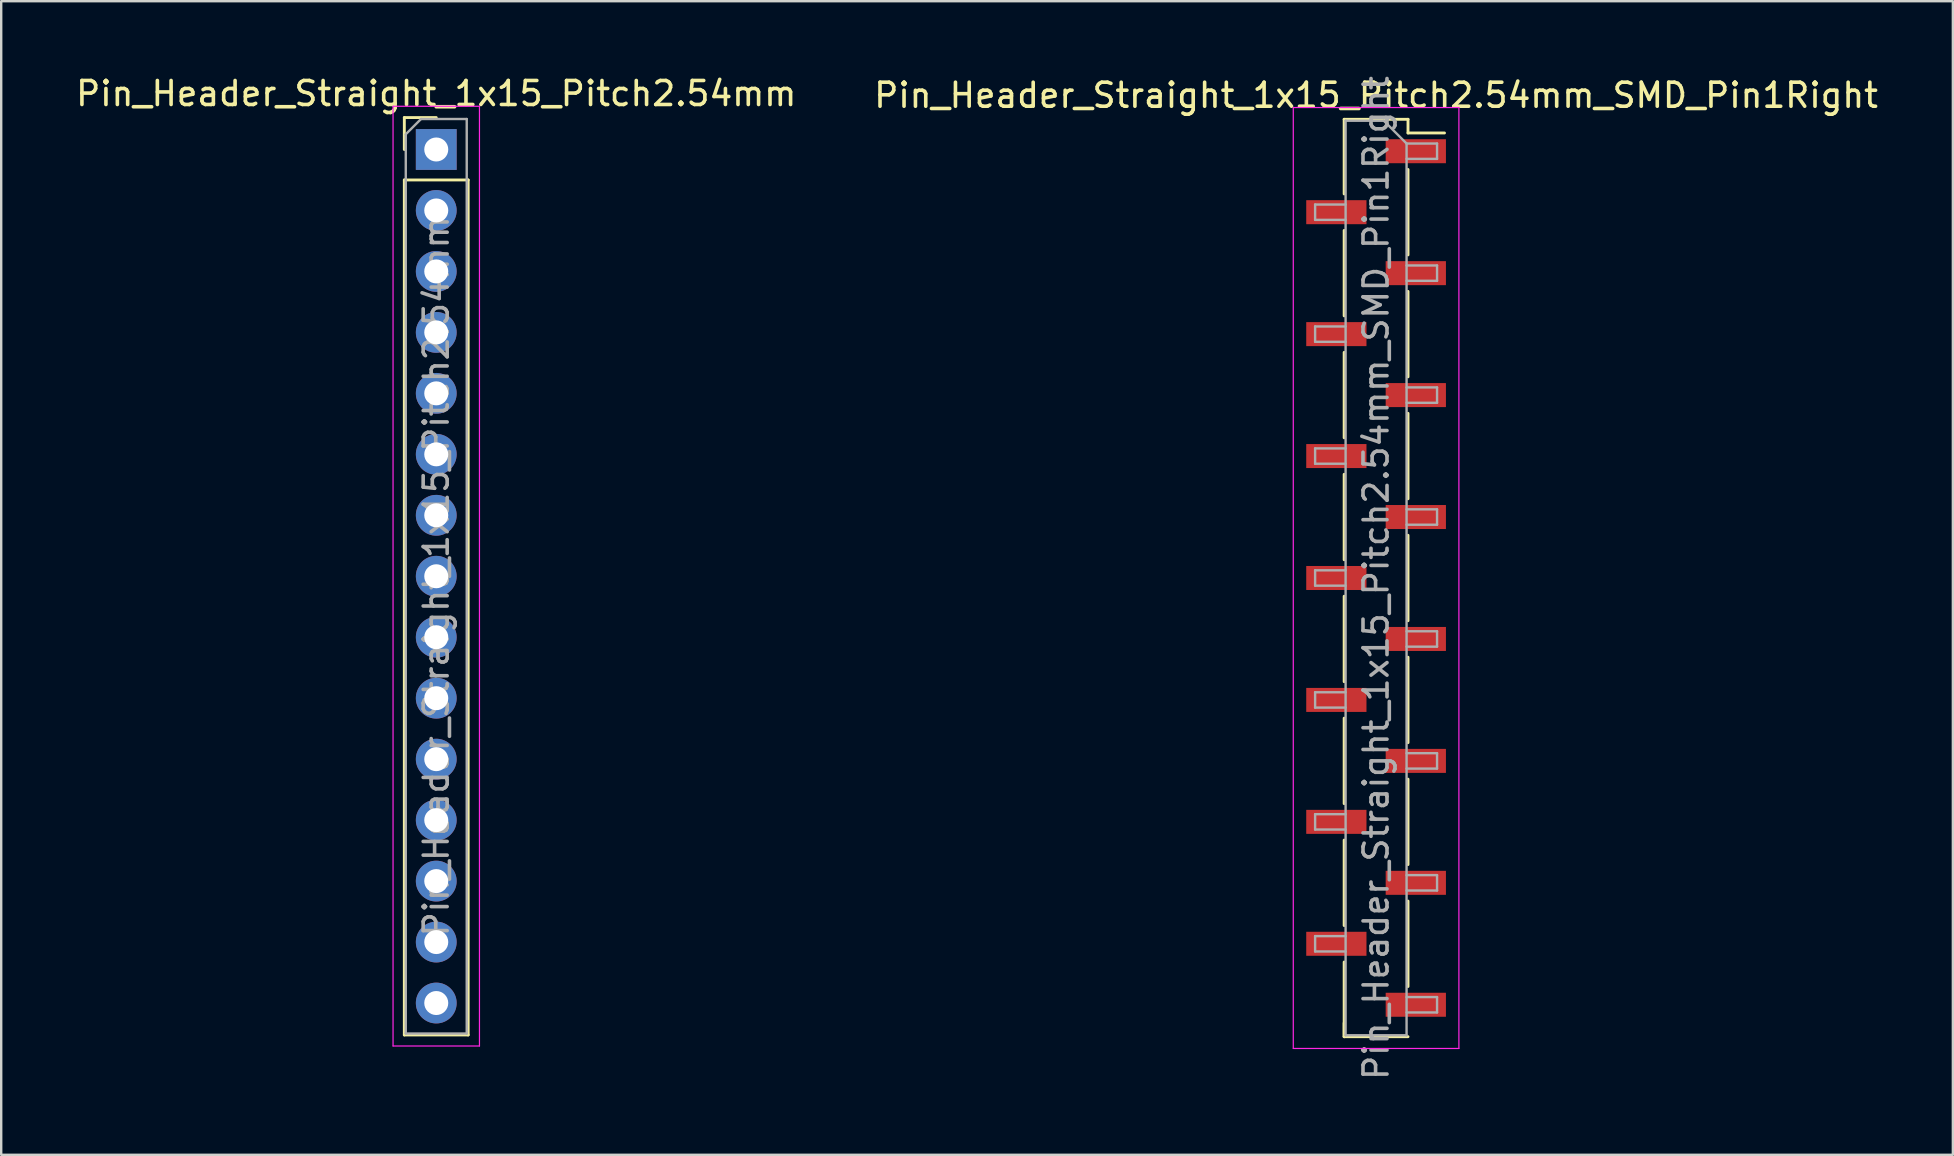
<source format=kicad_pcb>
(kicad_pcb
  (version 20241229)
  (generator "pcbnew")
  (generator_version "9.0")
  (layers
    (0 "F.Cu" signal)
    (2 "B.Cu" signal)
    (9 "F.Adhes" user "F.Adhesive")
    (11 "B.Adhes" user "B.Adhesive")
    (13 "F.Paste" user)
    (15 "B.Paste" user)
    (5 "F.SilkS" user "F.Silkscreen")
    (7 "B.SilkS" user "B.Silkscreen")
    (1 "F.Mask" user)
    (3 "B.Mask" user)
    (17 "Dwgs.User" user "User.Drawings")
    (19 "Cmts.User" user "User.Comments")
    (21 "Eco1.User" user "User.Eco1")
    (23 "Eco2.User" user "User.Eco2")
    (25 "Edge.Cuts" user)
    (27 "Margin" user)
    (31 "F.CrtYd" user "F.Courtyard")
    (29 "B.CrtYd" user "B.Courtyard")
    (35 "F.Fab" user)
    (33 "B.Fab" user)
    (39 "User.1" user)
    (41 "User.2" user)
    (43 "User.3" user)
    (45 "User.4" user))
  (footprint "Pin_Header_Straight_1x15_Pitch2.54mm_SMD_Pin1Right"
    (layer "F.Cu")
    (at 54.28 21.03)
    (property "Reference" "Pin_Header_Straight_1x15_Pitch2.54mm_SMD_Pin1Right" (at 0 -20.11 0) (layer "F.SilkS") (effects (font (size 1 1) (thickness 0.15))))
    (attr smd)
    (fp_line (start -1.33 -19.11) (end -1.33 -16) (stroke (width 0.12) (type solid)) (layer "F.SilkS"))
    (fp_line (start -1.33 -19.11) (end 1.33 -19.11) (stroke (width 0.12) (type solid)) (layer "F.SilkS"))
    (fp_line (start -1.33 -14.48) (end -1.33 -10.92) (stroke (width 0.12) (type solid)) (layer "F.SilkS"))
    (fp_line (start -1.33 -9.4) (end -1.33 -5.84) (stroke (width 0.12) (type solid)) (layer "F.SilkS"))
    (fp_line (start -1.33 -4.32) (end -1.33 -0.76) (stroke (width 0.12) (type solid)) (layer "F.SilkS"))
    (fp_line (start -1.33 0.76) (end -1.33 4.32) (stroke (width 0.12) (type solid)) (layer "F.SilkS"))
    (fp_line (start -1.33 5.84) (end -1.33 9.4) (stroke (width 0.12) (type solid)) (layer "F.SilkS"))
    (fp_line (start -1.33 10.92) (end -1.33 14.48) (stroke (width 0.12) (type solid)) (layer "F.SilkS"))
    (fp_line (start -1.33 16) (end -1.33 19.11) (stroke (width 0.12) (type solid)) (layer "F.SilkS"))
    (fp_line (start -1.33 18.54) (end -1.33 19.11) (stroke (width 0.12) (type solid)) (layer "F.SilkS"))
    (fp_line (start -1.33 19.11) (end 1.33 19.11) (stroke (width 0.12) (type solid)) (layer "F.SilkS"))
    (fp_line (start 1.33 -19.11) (end 1.33 -18.54) (stroke (width 0.12) (type solid)) (layer "F.SilkS"))
    (fp_line (start 1.33 -18.54) (end 2.85 -18.54) (stroke (width 0.12) (type solid)) (layer "F.SilkS"))
    (fp_line (start 1.33 -17.02) (end 1.33 -13.46) (stroke (width 0.12) (type solid)) (layer "F.SilkS"))
    (fp_line (start 1.33 -11.94) (end 1.33 -8.38) (stroke (width 0.12) (type solid)) (layer "F.SilkS"))
    (fp_line (start 1.33 -6.86) (end 1.33 -3.3) (stroke (width 0.12) (type solid)) (layer "F.SilkS"))
    (fp_line (start 1.33 -1.78) (end 1.33 1.78) (stroke (width 0.12) (type solid)) (layer "F.SilkS"))
    (fp_line (start 1.33 3.3) (end 1.33 6.86) (stroke (width 0.12) (type solid)) (layer "F.SilkS"))
    (fp_line (start 1.33 8.38) (end 1.33 11.94) (stroke (width 0.12) (type solid)) (layer "F.SilkS"))
    (fp_line (start 1.33 13.46) (end 1.33 17.02) (stroke (width 0.12) (type solid)) (layer "F.SilkS"))
    (fp_line (start -3.45 -19.6) (end -3.45 19.6) (stroke (width 0.05) (type solid)) (layer "F.CrtYd"))
    (fp_line (start -3.45 19.6) (end 3.45 19.6) (stroke (width 0.05) (type solid)) (layer "F.CrtYd"))
    (fp_line (start 3.45 -19.6) (end -3.45 -19.6) (stroke (width 0.05) (type solid)) (layer "F.CrtYd"))
    (fp_line (start 3.45 19.6) (end 3.45 -19.6) (stroke (width 0.05) (type solid)) (layer "F.CrtYd"))
    (fp_line (start -2.54 -15.56) (end -2.54 -14.92) (stroke (width 0.1) (type solid)) (layer "F.Fab"))
    (fp_line (start -2.54 -14.92) (end -1.27 -14.92) (stroke (width 0.1) (type solid)) (layer "F.Fab"))
    (fp_line (start -2.54 -10.48) (end -2.54 -9.84) (stroke (width 0.1) (type solid)) (layer "F.Fab"))
    (fp_line (start -2.54 -9.84) (end -1.27 -9.84) (stroke (width 0.1) (type solid)) (layer "F.Fab"))
    (fp_line (start -2.54 -5.4) (end -2.54 -4.76) (stroke (width 0.1) (type solid)) (layer "F.Fab"))
    (fp_line (start -2.54 -4.76) (end -1.27 -4.76) (stroke (width 0.1) (type solid)) (layer "F.Fab"))
    (fp_line (start -2.54 -0.32) (end -2.54 0.32) (stroke (width 0.1) (type solid)) (layer "F.Fab"))
    (fp_line (start -2.54 0.32) (end -1.27 0.32) (stroke (width 0.1) (type solid)) (layer "F.Fab"))
    (fp_line (start -2.54 4.76) (end -2.54 5.4) (stroke (width 0.1) (type solid)) (layer "F.Fab"))
    (fp_line (start -2.54 5.4) (end -1.27 5.4) (stroke (width 0.1) (type solid)) (layer "F.Fab"))
    (fp_line (start -2.54 9.84) (end -2.54 10.48) (stroke (width 0.1) (type solid)) (layer "F.Fab"))
    (fp_line (start -2.54 10.48) (end -1.27 10.48) (stroke (width 0.1) (type solid)) (layer "F.Fab"))
    (fp_line (start -2.54 14.92) (end -2.54 15.56) (stroke (width 0.1) (type solid)) (layer "F.Fab"))
    (fp_line (start -2.54 15.56) (end -1.27 15.56) (stroke (width 0.1) (type solid)) (layer "F.Fab"))
    (fp_line (start -1.27 -19.05) (end -1.27 19.05) (stroke (width 0.1) (type solid)) (layer "F.Fab"))
    (fp_line (start -1.27 -19.05) (end 0.32 -19.05) (stroke (width 0.1) (type solid)) (layer "F.Fab"))
    (fp_line (start -1.27 -15.56) (end -2.54 -15.56) (stroke (width 0.1) (type solid)) (layer "F.Fab"))
    (fp_line (start -1.27 -10.48) (end -2.54 -10.48) (stroke (width 0.1) (type solid)) (layer "F.Fab"))
    (fp_line (start -1.27 -5.4) (end -2.54 -5.4) (stroke (width 0.1) (type solid)) (layer "F.Fab"))
    (fp_line (start -1.27 -0.32) (end -2.54 -0.32) (stroke (width 0.1) (type solid)) (layer "F.Fab"))
    (fp_line (start -1.27 4.76) (end -2.54 4.76) (stroke (width 0.1) (type solid)) (layer "F.Fab"))
    (fp_line (start -1.27 9.84) (end -2.54 9.84) (stroke (width 0.1) (type solid)) (layer "F.Fab"))
    (fp_line (start -1.27 14.92) (end -2.54 14.92) (stroke (width 0.1) (type solid)) (layer "F.Fab"))
    (fp_line (start 1.27 -18.1) (end 0.32 -19.05) (stroke (width 0.1) (type solid)) (layer "F.Fab"))
    (fp_line (start 1.27 -18.1) (end 2.54 -18.1) (stroke (width 0.1) (type solid)) (layer "F.Fab"))
    (fp_line (start 1.27 -13.02) (end 2.54 -13.02) (stroke (width 0.1) (type solid)) (layer "F.Fab"))
    (fp_line (start 1.27 -7.94) (end 2.54 -7.94) (stroke (width 0.1) (type solid)) (layer "F.Fab"))
    (fp_line (start 1.27 -2.86) (end 2.54 -2.86) (stroke (width 0.1) (type solid)) (layer "F.Fab"))
    (fp_line (start 1.27 2.22) (end 2.54 2.22) (stroke (width 0.1) (type solid)) (layer "F.Fab"))
    (fp_line (start 1.27 7.3) (end 2.54 7.3) (stroke (width 0.1) (type solid)) (layer "F.Fab"))
    (fp_line (start 1.27 12.38) (end 2.54 12.38) (stroke (width 0.1) (type solid)) (layer "F.Fab"))
    (fp_line (start 1.27 17.46) (end 2.54 17.46) (stroke (width 0.1) (type solid)) (layer "F.Fab"))
    (fp_line (start 1.27 19.05) (end -1.27 19.05) (stroke (width 0.1) (type solid)) (layer "F.Fab"))
    (fp_line (start 1.27 19.05) (end 1.27 -18.1) (stroke (width 0.1) (type solid)) (layer "F.Fab"))
    (fp_line (start 2.54 -18.1) (end 2.54 -17.46) (stroke (width 0.1) (type solid)) (layer "F.Fab"))
    (fp_line (start 2.54 -17.46) (end 1.27 -17.46) (stroke (width 0.1) (type solid)) (layer "F.Fab"))
    (fp_line (start 2.54 -13.02) (end 2.54 -12.38) (stroke (width 0.1) (type solid)) (layer "F.Fab"))
    (fp_line (start 2.54 -12.38) (end 1.27 -12.38) (stroke (width 0.1) (type solid)) (layer "F.Fab"))
    (fp_line (start 2.54 -7.94) (end 2.54 -7.3) (stroke (width 0.1) (type solid)) (layer "F.Fab"))
    (fp_line (start 2.54 -7.3) (end 1.27 -7.3) (stroke (width 0.1) (type solid)) (layer "F.Fab"))
    (fp_line (start 2.54 -2.86) (end 2.54 -2.22) (stroke (width 0.1) (type solid)) (layer "F.Fab"))
    (fp_line (start 2.54 -2.22) (end 1.27 -2.22) (stroke (width 0.1) (type solid)) (layer "F.Fab"))
    (fp_line (start 2.54 2.22) (end 2.54 2.86) (stroke (width 0.1) (type solid)) (layer "F.Fab"))
    (fp_line (start 2.54 2.86) (end 1.27 2.86) (stroke (width 0.1) (type solid)) (layer "F.Fab"))
    (fp_line (start 2.54 7.3) (end 2.54 7.94) (stroke (width 0.1) (type solid)) (layer "F.Fab"))
    (fp_line (start 2.54 7.94) (end 1.27 7.94) (stroke (width 0.1) (type solid)) (layer "F.Fab"))
    (fp_line (start 2.54 12.38) (end 2.54 13.02) (stroke (width 0.1) (type solid)) (layer "F.Fab"))
    (fp_line (start 2.54 13.02) (end 1.27 13.02) (stroke (width 0.1) (type solid)) (layer "F.Fab"))
    (fp_line (start 2.54 17.46) (end 2.54 18.1) (stroke (width 0.1) (type solid)) (layer "F.Fab"))
    (fp_line (start 2.54 18.1) (end 1.27 18.1) (stroke (width 0.1) (type solid)) (layer "F.Fab"))
    (fp_text user "${REFERENCE}" (at 0 0 90) (layer "F.Fab") (effects (font (size 1 1) (thickness 0.15))))
    (pad "1" smd rect (at 1.655 -17.78) (size 2.51 1) (layers "F.Cu" "F.Mask" "F.Paste"))
    (pad "2" smd rect (at -1.655 -15.24) (size 2.51 1) (layers "F.Cu" "F.Mask" "F.Paste"))
    (pad "3" smd rect (at 1.655 -12.7) (size 2.51 1) (layers "F.Cu" "F.Mask" "F.Paste"))
    (pad "4" smd rect (at -1.655 -10.16) (size 2.51 1) (layers "F.Cu" "F.Mask" "F.Paste"))
    (pad "5" smd rect (at 1.655 -7.62) (size 2.51 1) (layers "F.Cu" "F.Mask" "F.Paste"))
    (pad "6" smd rect (at -1.655 -5.08) (size 2.51 1) (layers "F.Cu" "F.Mask" "F.Paste"))
    (pad "7" smd rect (at 1.655 -2.54) (size 2.51 1) (layers "F.Cu" "F.Mask" "F.Paste"))
    (pad "8" smd rect (at -1.655 0) (size 2.51 1) (layers "F.Cu" "F.Mask" "F.Paste"))
    (pad "9" smd rect (at 1.655 2.54) (size 2.51 1) (layers "F.Cu" "F.Mask" "F.Paste"))
    (pad "10" smd rect (at -1.655 5.08) (size 2.51 1) (layers "F.Cu" "F.Mask" "F.Paste"))
    (pad "11" smd rect (at 1.655 7.62) (size 2.51 1) (layers "F.Cu" "F.Mask" "F.Paste"))
    (pad "12" smd rect (at -1.655 10.16) (size 2.51 1) (layers "F.Cu" "F.Mask" "F.Paste"))
    (pad "13" smd rect (at 1.655 12.7) (size 2.51 1) (layers "F.Cu" "F.Mask" "F.Paste"))
    (pad "14" smd rect (at -1.655 15.24) (size 2.51 1) (layers "F.Cu" "F.Mask" "F.Paste"))
    (pad "15" smd rect (at 1.655 17.78) (size 2.51 1) (layers "F.Cu" "F.Mask" "F.Paste")))
  (footprint "Pin_Header_Straight_1x15_Pitch2.54mm"
    (layer "F.Cu")
    (at 15.125 3.178)
    (property "Reference" "Pin_Header_Straight_1x15_Pitch2.54mm" (at 0 -2.33 0) (layer "F.SilkS") (effects (font (size 1 1) (thickness 0.15))))
    (attr through_hole)
    (fp_line (start -1.33 -1.33) (end 0 -1.33) (stroke (width 0.12) (type solid)) (layer "F.SilkS"))
    (fp_line (start -1.33 0) (end -1.33 -1.33) (stroke (width 0.12) (type solid)) (layer "F.SilkS"))
    (fp_line (start -1.33 1.27) (end -1.33 36.89) (stroke (width 0.12) (type solid)) (layer "F.SilkS"))
    (fp_line (start -1.33 1.27) (end 1.33 1.27) (stroke (width 0.12) (type solid)) (layer "F.SilkS"))
    (fp_line (start -1.33 36.89) (end 1.33 36.89) (stroke (width 0.12) (type solid)) (layer "F.SilkS"))
    (fp_line (start 1.33 1.27) (end 1.33 36.89) (stroke (width 0.12) (type solid)) (layer "F.SilkS"))
    (fp_line (start -1.8 -1.8) (end -1.8 37.35) (stroke (width 0.05) (type solid)) (layer "F.CrtYd"))
    (fp_line (start -1.8 37.35) (end 1.8 37.35) (stroke (width 0.05) (type solid)) (layer "F.CrtYd"))
    (fp_line (start 1.8 -1.8) (end -1.8 -1.8) (stroke (width 0.05) (type solid)) (layer "F.CrtYd"))
    (fp_line (start 1.8 37.35) (end 1.8 -1.8) (stroke (width 0.05) (type solid)) (layer "F.CrtYd"))
    (fp_line (start -1.27 -0.635) (end -0.635 -1.27) (stroke (width 0.1) (type solid)) (layer "F.Fab"))
    (fp_line (start -1.27 36.83) (end -1.27 -0.635) (stroke (width 0.1) (type solid)) (layer "F.Fab"))
    (fp_line (start -0.635 -1.27) (end 1.27 -1.27) (stroke (width 0.1) (type solid)) (layer "F.Fab"))
    (fp_line (start 1.27 -1.27) (end 1.27 36.83) (stroke (width 0.1) (type solid)) (layer "F.Fab"))
    (fp_line (start 1.27 36.83) (end -1.27 36.83) (stroke (width 0.1) (type solid)) (layer "F.Fab"))
    (fp_text user "${REFERENCE}" (at 0 17.78 90) (layer "F.Fab") (effects (font (size 1 1) (thickness 0.15))))
    (pad "1" thru_hole rect (at 0 0) (size 1.7 1.7) (drill 1) (layers "*.Cu" "*.Mask"))
    (pad "2" thru_hole oval (at 0 2.54) (size 1.7 1.7) (drill 1) (layers "*.Cu" "*.Mask"))
    (pad "3" thru_hole oval (at 0 5.08) (size 1.7 1.7) (drill 1) (layers "*.Cu" "*.Mask"))
    (pad "4" thru_hole oval (at 0 7.62) (size 1.7 1.7) (drill 1) (layers "*.Cu" "*.Mask"))
    (pad "5" thru_hole oval (at 0 10.16) (size 1.7 1.7) (drill 1) (layers "*.Cu" "*.Mask"))
    (pad "6" thru_hole oval (at 0 12.7) (size 1.7 1.7) (drill 1) (layers "*.Cu" "*.Mask"))
    (pad "7" thru_hole oval (at 0 15.24) (size 1.7 1.7) (drill 1) (layers "*.Cu" "*.Mask"))
    (pad "8" thru_hole oval (at 0 17.78) (size 1.7 1.7) (drill 1) (layers "*.Cu" "*.Mask"))
    (pad "9" thru_hole oval (at 0 20.32) (size 1.7 1.7) (drill 1) (layers "*.Cu" "*.Mask"))
    (pad "10" thru_hole oval (at 0 22.86) (size 1.7 1.7) (drill 1) (layers "*.Cu" "*.Mask"))
    (pad "11" thru_hole oval (at 0 25.4) (size 1.7 1.7) (drill 1) (layers "*.Cu" "*.Mask"))
    (pad "12" thru_hole oval (at 0 27.94) (size 1.7 1.7) (drill 1) (layers "*.Cu" "*.Mask"))
    (pad "13" thru_hole oval (at 0 30.48) (size 1.7 1.7) (drill 1) (layers "*.Cu" "*.Mask"))
    (pad "14" thru_hole oval (at 0 33.02) (size 1.7 1.7) (drill 1) (layers "*.Cu" "*.Mask"))
    (pad "15" thru_hole oval (at 0 35.56) (size 1.7 1.7) (drill 1) (layers "*.Cu" "*.Mask")))
  (gr_rect
    (start -3 -3)
    (end 78.31 45.06)
    (stroke (width 0.1) (type default))
    (fill no)
    (layer "Edge.Cuts")))
</source>
